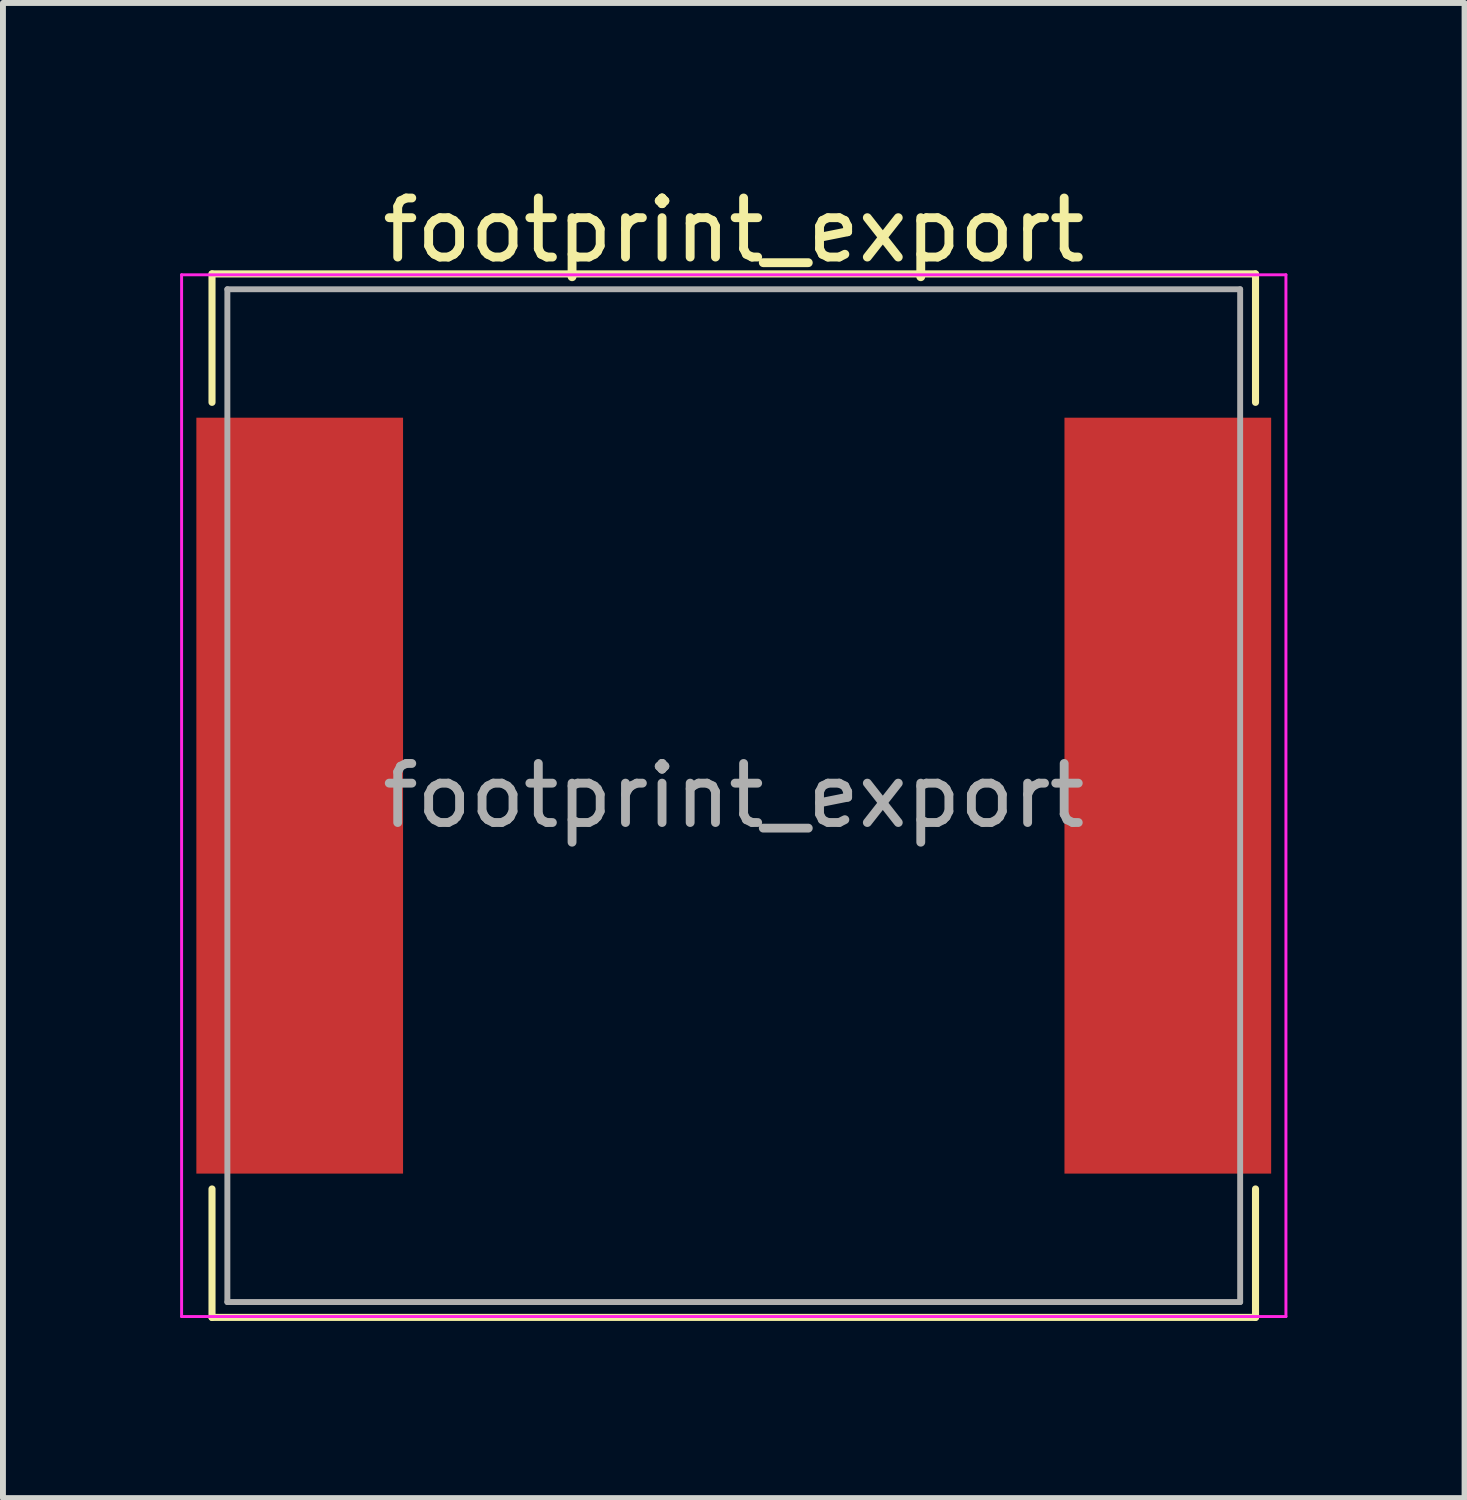
<source format=kicad_pcb>
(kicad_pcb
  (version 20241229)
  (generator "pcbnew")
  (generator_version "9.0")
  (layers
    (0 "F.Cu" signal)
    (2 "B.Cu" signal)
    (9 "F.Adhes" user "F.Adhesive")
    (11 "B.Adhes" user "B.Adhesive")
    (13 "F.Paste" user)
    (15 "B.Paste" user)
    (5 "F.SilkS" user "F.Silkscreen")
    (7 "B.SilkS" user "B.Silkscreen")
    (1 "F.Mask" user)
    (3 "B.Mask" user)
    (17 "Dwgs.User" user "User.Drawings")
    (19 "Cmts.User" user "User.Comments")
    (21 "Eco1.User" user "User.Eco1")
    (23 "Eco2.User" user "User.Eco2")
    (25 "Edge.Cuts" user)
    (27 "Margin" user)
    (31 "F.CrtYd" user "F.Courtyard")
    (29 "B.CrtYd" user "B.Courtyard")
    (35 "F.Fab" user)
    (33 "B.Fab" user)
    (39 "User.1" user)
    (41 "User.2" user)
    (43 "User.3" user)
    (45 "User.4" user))
  (footprint "footprint_export"
    (layer "F.Cu")
    (at 9.375 10.423)
    (property "Reference" "footprint_export" (at 0 -9.575 0) (layer "F.SilkS") (effects (font (size 1 1) (thickness 0.15))))
    (attr smd)
    (fp_line (start -8.835 -8.835) (end -8.835 -6.66) (stroke (width 0.12) (type solid)) (layer "F.SilkS"))
    (fp_line (start -8.835 -8.835) (end 8.835 -8.835) (stroke (width 0.12) (type solid)) (layer "F.SilkS"))
    (fp_line (start -8.835 8.835) (end -8.835 6.66) (stroke (width 0.12) (type solid)) (layer "F.SilkS"))
    (fp_line (start -8.835 8.835) (end 8.835 8.835) (stroke (width 0.12) (type solid)) (layer "F.SilkS"))
    (fp_line (start 8.835 -8.835) (end 8.835 -6.66) (stroke (width 0.12) (type solid)) (layer "F.SilkS"))
    (fp_line (start 8.835 8.835) (end 8.835 6.66) (stroke (width 0.12) (type solid)) (layer "F.SilkS"))
    (fp_line (start -9.35 -8.82) (end -9.35 8.82) (stroke (width 0.05) (type solid)) (layer "F.CrtYd"))
    (fp_line (start -9.35 8.82) (end 9.35 8.82) (stroke (width 0.05) (type solid)) (layer "F.CrtYd"))
    (fp_line (start 9.35 -8.82) (end -9.35 -8.82) (stroke (width 0.05) (type solid)) (layer "F.CrtYd"))
    (fp_line (start 9.35 8.82) (end 9.35 -8.82) (stroke (width 0.05) (type solid)) (layer "F.CrtYd"))
    (fp_line (start -8.575 -8.575) (end -8.575 8.575) (stroke (width 0.1) (type solid)) (layer "F.Fab"))
    (fp_line (start -8.575 8.575) (end 8.575 8.575) (stroke (width 0.1) (type solid)) (layer "F.Fab"))
    (fp_line (start 8.575 -8.575) (end -8.575 -8.575) (stroke (width 0.1) (type solid)) (layer "F.Fab"))
    (fp_line (start 8.575 8.575) (end 8.575 -8.575) (stroke (width 0.1) (type solid)) (layer "F.Fab"))
    (fp_text user "${REFERENCE}" (at 0 0 0) (layer "F.Fab") (effects (font (size 1 1) (thickness 0.15))))
    (pad "1" smd rect (at -7.35 0) (size 3.5 12.8) (layers "F.Cu" "F.Mask" "F.Paste"))
    (pad "2" smd rect (at 7.35 0) (size 3.5 12.8) (layers "F.Cu" "F.Mask" "F.Paste")))
  (gr_rect
    (start -3 -3)
    (end 21.75 22.318)
    (stroke (width 0.1) (type default))
    (fill no)
    (layer "Edge.Cuts")))
</source>
